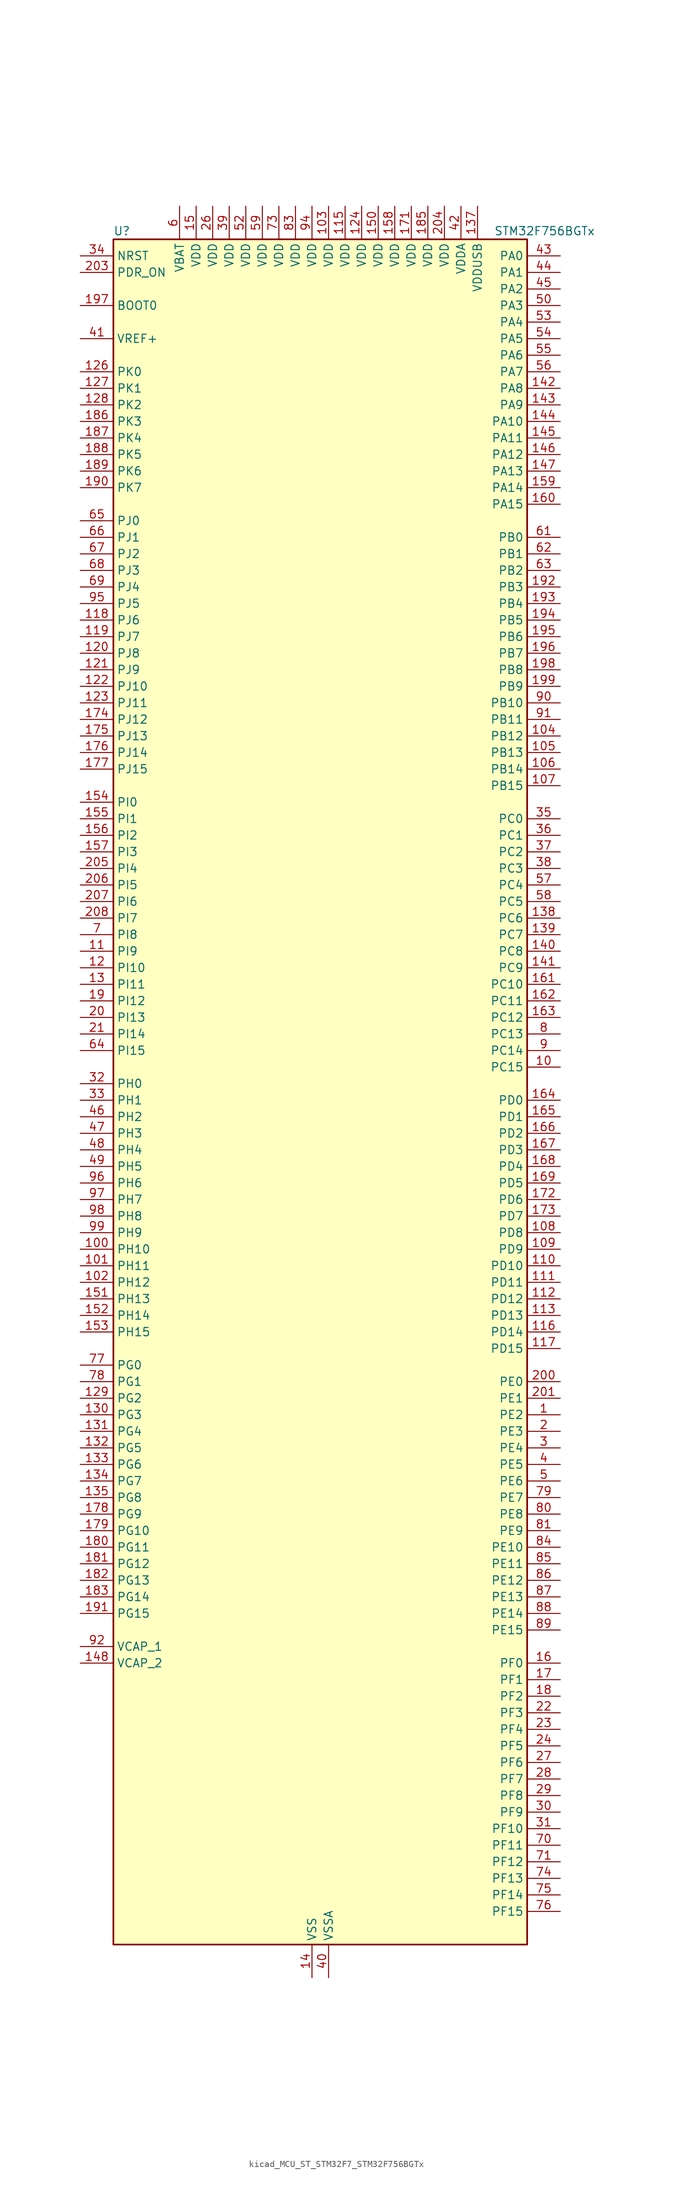
<source format=kicad_sym>
(kicad_symbol_lib
  (version 20220914)
  (generator kicad_symbol_editor)
  (symbol "kicad_MCU_ST_STM32F7_STM32F756BGTx"
    (property "Reference" "U"
      (at -30.48 133.35 0)
      (effects (font (size 1.27 1.27)) (justify left)))
    (property "Value" "STM32F756BGTx"
      (at 27.94 133.35 0)
      (effects (font (size 1.27 1.27)) (justify left)))
    (property "ki_locked" ""
      (at 0 0 0)
      (effects (font (size 1.27 1.27))))
    (symbol "kicad_MCU_ST_STM32F7_STM32F756BGTx_0_1"
      (rectangle (start -30.48 -129.54) (end 33.02 132.08) (stroke (width 0.254) (type default)) (fill (type background))))
    (symbol "kicad_MCU_ST_STM32F7_STM32F756BGTx_1_1"
      (pin bidirectional line (at 38.1 -48.26 180) (length 5.08) (name "PE2" (effects (font (size 1.27 1.27)))) (number "1" (effects (font (size 1.27 1.27)))) (alternate "ETH_TXD3" bidirectional line) (alternate "FMC_A23" bidirectional line) (alternate "QUADSPI_BK1_IO2" bidirectional line) (alternate "SAI1_MCLK_A" bidirectional line) (alternate "SPI4_SCK" bidirectional line) (alternate "SYS_TRACECLK" bidirectional line))
      (pin bidirectional line (at 38.1 5.08 180) (length 5.08) (name "PC15" (effects (font (size 1.27 1.27)))) (number "10" (effects (font (size 1.27 1.27)))) (alternate "RCC_OSC32_OUT" bidirectional line))
      (pin bidirectional line (at -35.56 -22.86 0) (length 5.08) (name "PH10" (effects (font (size 1.27 1.27)))) (number "100" (effects (font (size 1.27 1.27)))) (alternate "DCMI_D1" bidirectional line) (alternate "FMC_D18" bidirectional line) (alternate "I2C4_SMBA" bidirectional line) (alternate "LTDC_R4" bidirectional line) (alternate "TIM5_CH1" bidirectional line))
      (pin bidirectional line (at -35.56 -25.4 0) (length 5.08) (name "PH11" (effects (font (size 1.27 1.27)))) (number "101" (effects (font (size 1.27 1.27)))) (alternate "ADC1_EXTI11" bidirectional line) (alternate "ADC2_EXTI11" bidirectional line) (alternate "ADC3_EXTI11" bidirectional line) (alternate "DCMI_D2" bidirectional line) (alternate "FMC_D19" bidirectional line) (alternate "I2C4_SCL" bidirectional line) (alternate "LTDC_R5" bidirectional line) (alternate "TIM5_CH2" bidirectional line))
      (pin bidirectional line (at -35.56 -27.94 0) (length 5.08) (name "PH12" (effects (font (size 1.27 1.27)))) (number "102" (effects (font (size 1.27 1.27)))) (alternate "DCMI_D3" bidirectional line) (alternate "FMC_D20" bidirectional line) (alternate "I2C4_SDA" bidirectional line) (alternate "LTDC_R6" bidirectional line) (alternate "TIM5_CH3" bidirectional line))
      (pin power_in line (at 2.54 137.16 270) (length 5.08) (name "VDD" (effects (font (size 1.27 1.27)))) (number "103" (effects (font (size 1.27 1.27)))))
      (pin bidirectional line (at 38.1 55.88 180) (length 5.08) (name "PB12" (effects (font (size 1.27 1.27)))) (number "104" (effects (font (size 1.27 1.27)))) (alternate "CAN2_RX" bidirectional line) (alternate "ETH_TXD0" bidirectional line) (alternate "I2C2_SMBA" bidirectional line) (alternate "I2S2_WS" bidirectional line) (alternate "SPI2_NSS" bidirectional line) (alternate "TIM1_BKIN" bidirectional line) (alternate "USART3_CK" bidirectional line) (alternate "USB_OTG_HS_ID" bidirectional line) (alternate "USB_OTG_HS_ULPI_D5" bidirectional line))
      (pin bidirectional line (at 38.1 53.34 180) (length 5.08) (name "PB13" (effects (font (size 1.27 1.27)))) (number "105" (effects (font (size 1.27 1.27)))) (alternate "CAN2_TX" bidirectional line) (alternate "ETH_TXD1" bidirectional line) (alternate "I2S2_CK" bidirectional line) (alternate "SPI2_SCK" bidirectional line) (alternate "TIM1_CH1N" bidirectional line) (alternate "USART3_CTS" bidirectional line) (alternate "USB_OTG_HS_ULPI_D6" bidirectional line) (alternate "USB_OTG_HS_VBUS" bidirectional line))
      (pin bidirectional line (at 38.1 50.8 180) (length 5.08) (name "PB14" (effects (font (size 1.27 1.27)))) (number "106" (effects (font (size 1.27 1.27)))) (alternate "SPI2_MISO" bidirectional line) (alternate "TIM12_CH1" bidirectional line) (alternate "TIM1_CH2N" bidirectional line) (alternate "TIM8_CH2N" bidirectional line) (alternate "USART3_DE" bidirectional line) (alternate "USART3_RTS" bidirectional line) (alternate "USB_OTG_HS_DM" bidirectional line))
      (pin bidirectional line (at 38.1 48.26 180) (length 5.08) (name "PB15" (effects (font (size 1.27 1.27)))) (number "107" (effects (font (size 1.27 1.27)))) (alternate "I2S2_SD" bidirectional line) (alternate "RTC_REFIN" bidirectional line) (alternate "SPI2_MOSI" bidirectional line) (alternate "TIM12_CH2" bidirectional line) (alternate "TIM1_CH3N" bidirectional line) (alternate "TIM8_CH3N" bidirectional line) (alternate "USB_OTG_HS_DP" bidirectional line))
      (pin bidirectional line (at 38.1 -20.32 180) (length 5.08) (name "PD8" (effects (font (size 1.27 1.27)))) (number "108" (effects (font (size 1.27 1.27)))) (alternate "FMC_D13" bidirectional line) (alternate "FMC_DA13" bidirectional line) (alternate "SPDIFRX_IN1" bidirectional line) (alternate "USART3_TX" bidirectional line))
      (pin bidirectional line (at 38.1 -22.86 180) (length 5.08) (name "PD9" (effects (font (size 1.27 1.27)))) (number "109" (effects (font (size 1.27 1.27)))) (alternate "DAC_EXTI9" bidirectional line) (alternate "FMC_D14" bidirectional line) (alternate "FMC_DA14" bidirectional line) (alternate "USART3_RX" bidirectional line))
      (pin bidirectional line (at -35.56 22.86 0) (length 5.08) (name "PI9" (effects (font (size 1.27 1.27)))) (number "11" (effects (font (size 1.27 1.27)))) (alternate "CAN1_RX" bidirectional line) (alternate "DAC_EXTI9" bidirectional line) (alternate "FMC_D30" bidirectional line) (alternate "LTDC_VSYNC" bidirectional line))
      (pin bidirectional line (at 38.1 -25.4 180) (length 5.08) (name "PD10" (effects (font (size 1.27 1.27)))) (number "110" (effects (font (size 1.27 1.27)))) (alternate "FMC_D15" bidirectional line) (alternate "FMC_DA15" bidirectional line) (alternate "LTDC_B3" bidirectional line) (alternate "USART3_CK" bidirectional line))
      (pin bidirectional line (at 38.1 -27.94 180) (length 5.08) (name "PD11" (effects (font (size 1.27 1.27)))) (number "111" (effects (font (size 1.27 1.27)))) (alternate "ADC1_EXTI11" bidirectional line) (alternate "ADC2_EXTI11" bidirectional line) (alternate "ADC3_EXTI11" bidirectional line) (alternate "FMC_A16" bidirectional line) (alternate "FMC_CLE" bidirectional line) (alternate "I2C4_SMBA" bidirectional line) (alternate "QUADSPI_BK1_IO0" bidirectional line) (alternate "SAI2_SD_A" bidirectional line) (alternate "USART3_CTS" bidirectional line))
      (pin bidirectional line (at 38.1 -30.48 180) (length 5.08) (name "PD12" (effects (font (size 1.27 1.27)))) (number "112" (effects (font (size 1.27 1.27)))) (alternate "FMC_A17" bidirectional line) (alternate "FMC_ALE" bidirectional line) (alternate "I2C4_SCL" bidirectional line) (alternate "LPTIM1_IN1" bidirectional line) (alternate "QUADSPI_BK1_IO1" bidirectional line) (alternate "SAI2_FS_A" bidirectional line) (alternate "TIM4_CH1" bidirectional line) (alternate "USART3_DE" bidirectional line) (alternate "USART3_RTS" bidirectional line))
      (pin bidirectional line (at 38.1 -33.02 180) (length 5.08) (name "PD13" (effects (font (size 1.27 1.27)))) (number "113" (effects (font (size 1.27 1.27)))) (alternate "FMC_A18" bidirectional line) (alternate "I2C4_SDA" bidirectional line) (alternate "LPTIM1_OUT" bidirectional line) (alternate "QUADSPI_BK1_IO3" bidirectional line) (alternate "SAI2_SCK_A" bidirectional line) (alternate "TIM4_CH2" bidirectional line))
      (pin passive line (at 0 -134.62 90) (length 5.08) hide (name "VSS" (effects (font (size 1.27 1.27)))) (number "114" (effects (font (size 1.27 1.27)))))
      (pin power_in line (at 5.08 137.16 270) (length 5.08) (name "VDD" (effects (font (size 1.27 1.27)))) (number "115" (effects (font (size 1.27 1.27)))))
      (pin bidirectional line (at 38.1 -35.56 180) (length 5.08) (name "PD14" (effects (font (size 1.27 1.27)))) (number "116" (effects (font (size 1.27 1.27)))) (alternate "FMC_D0" bidirectional line) (alternate "FMC_DA0" bidirectional line) (alternate "TIM4_CH3" bidirectional line) (alternate "UART8_CTS" bidirectional line))
      (pin bidirectional line (at 38.1 -38.1 180) (length 5.08) (name "PD15" (effects (font (size 1.27 1.27)))) (number "117" (effects (font (size 1.27 1.27)))) (alternate "FMC_D1" bidirectional line) (alternate "FMC_DA1" bidirectional line) (alternate "TIM4_CH4" bidirectional line) (alternate "UART8_DE" bidirectional line) (alternate "UART8_RTS" bidirectional line))
      (pin bidirectional line (at -35.56 73.66 0) (length 5.08) (name "PJ6" (effects (font (size 1.27 1.27)))) (number "118" (effects (font (size 1.27 1.27)))) (alternate "LTDC_R7" bidirectional line))
      (pin bidirectional line (at -35.56 71.12 0) (length 5.08) (name "PJ7" (effects (font (size 1.27 1.27)))) (number "119" (effects (font (size 1.27 1.27)))) (alternate "LTDC_G0" bidirectional line))
      (pin bidirectional line (at -35.56 20.32 0) (length 5.08) (name "PI10" (effects (font (size 1.27 1.27)))) (number "12" (effects (font (size 1.27 1.27)))) (alternate "ETH_RX_ER" bidirectional line) (alternate "FMC_D31" bidirectional line) (alternate "LTDC_HSYNC" bidirectional line))
      (pin bidirectional line (at -35.56 68.58 0) (length 5.08) (name "PJ8" (effects (font (size 1.27 1.27)))) (number "120" (effects (font (size 1.27 1.27)))) (alternate "LTDC_G1" bidirectional line))
      (pin bidirectional line (at -35.56 66.04 0) (length 5.08) (name "PJ9" (effects (font (size 1.27 1.27)))) (number "121" (effects (font (size 1.27 1.27)))) (alternate "DAC_EXTI9" bidirectional line) (alternate "LTDC_G2" bidirectional line))
      (pin bidirectional line (at -35.56 63.5 0) (length 5.08) (name "PJ10" (effects (font (size 1.27 1.27)))) (number "122" (effects (font (size 1.27 1.27)))) (alternate "LTDC_G3" bidirectional line))
      (pin bidirectional line (at -35.56 60.96 0) (length 5.08) (name "PJ11" (effects (font (size 1.27 1.27)))) (number "123" (effects (font (size 1.27 1.27)))) (alternate "ADC1_EXTI11" bidirectional line) (alternate "ADC2_EXTI11" bidirectional line) (alternate "ADC3_EXTI11" bidirectional line) (alternate "LTDC_G4" bidirectional line))
      (pin power_in line (at 7.62 137.16 270) (length 5.08) (name "VDD" (effects (font (size 1.27 1.27)))) (number "124" (effects (font (size 1.27 1.27)))))
      (pin passive line (at 0 -134.62 90) (length 5.08) hide (name "VSS" (effects (font (size 1.27 1.27)))) (number "125" (effects (font (size 1.27 1.27)))))
      (pin bidirectional line (at -35.56 111.76 0) (length 5.08) (name "PK0" (effects (font (size 1.27 1.27)))) (number "126" (effects (font (size 1.27 1.27)))) (alternate "LTDC_G5" bidirectional line))
      (pin bidirectional line (at -35.56 109.22 0) (length 5.08) (name "PK1" (effects (font (size 1.27 1.27)))) (number "127" (effects (font (size 1.27 1.27)))) (alternate "LTDC_G6" bidirectional line))
      (pin bidirectional line (at -35.56 106.68 0) (length 5.08) (name "PK2" (effects (font (size 1.27 1.27)))) (number "128" (effects (font (size 1.27 1.27)))) (alternate "LTDC_G7" bidirectional line))
      (pin bidirectional line (at -35.56 -45.72 0) (length 5.08) (name "PG2" (effects (font (size 1.27 1.27)))) (number "129" (effects (font (size 1.27 1.27)))) (alternate "FMC_A12" bidirectional line))
      (pin bidirectional line (at -35.56 17.78 0) (length 5.08) (name "PI11" (effects (font (size 1.27 1.27)))) (number "13" (effects (font (size 1.27 1.27)))) (alternate "ADC1_EXTI11" bidirectional line) (alternate "ADC2_EXTI11" bidirectional line) (alternate "ADC3_EXTI11" bidirectional line) (alternate "SYS_WKUP6" bidirectional line) (alternate "USB_OTG_HS_ULPI_DIR" bidirectional line))
      (pin bidirectional line (at -35.56 -48.26 0) (length 5.08) (name "PG3" (effects (font (size 1.27 1.27)))) (number "130" (effects (font (size 1.27 1.27)))) (alternate "FMC_A13" bidirectional line))
      (pin bidirectional line (at -35.56 -50.8 0) (length 5.08) (name "PG4" (effects (font (size 1.27 1.27)))) (number "131" (effects (font (size 1.27 1.27)))) (alternate "FMC_A14" bidirectional line) (alternate "FMC_BA0" bidirectional line))
      (pin bidirectional line (at -35.56 -53.34 0) (length 5.08) (name "PG5" (effects (font (size 1.27 1.27)))) (number "132" (effects (font (size 1.27 1.27)))) (alternate "FMC_A15" bidirectional line) (alternate "FMC_BA1" bidirectional line))
      (pin bidirectional line (at -35.56 -55.88 0) (length 5.08) (name "PG6" (effects (font (size 1.27 1.27)))) (number "133" (effects (font (size 1.27 1.27)))) (alternate "DCMI_D12" bidirectional line) (alternate "LTDC_R7" bidirectional line))
      (pin bidirectional line (at -35.56 -58.42 0) (length 5.08) (name "PG7" (effects (font (size 1.27 1.27)))) (number "134" (effects (font (size 1.27 1.27)))) (alternate "DCMI_D13" bidirectional line) (alternate "FMC_INT" bidirectional line) (alternate "LTDC_CLK" bidirectional line) (alternate "USART6_CK" bidirectional line))
      (pin bidirectional line (at -35.56 -60.96 0) (length 5.08) (name "PG8" (effects (font (size 1.27 1.27)))) (number "135" (effects (font (size 1.27 1.27)))) (alternate "ETH_PPS_OUT" bidirectional line) (alternate "FMC_SDCLK" bidirectional line) (alternate "SPDIFRX_IN2" bidirectional line) (alternate "SPI6_NSS" bidirectional line) (alternate "USART6_DE" bidirectional line) (alternate "USART6_RTS" bidirectional line))
      (pin passive line (at 0 -134.62 90) (length 5.08) hide (name "VSS" (effects (font (size 1.27 1.27)))) (number "136" (effects (font (size 1.27 1.27)))))
      (pin power_in line (at 25.4 137.16 270) (length 5.08) (name "VDDUSB" (effects (font (size 1.27 1.27)))) (number "137" (effects (font (size 1.27 1.27)))))
      (pin bidirectional line (at 38.1 27.94 180) (length 5.08) (name "PC6" (effects (font (size 1.27 1.27)))) (number "138" (effects (font (size 1.27 1.27)))) (alternate "DCMI_D0" bidirectional line) (alternate "I2S2_MCK" bidirectional line) (alternate "LTDC_HSYNC" bidirectional line) (alternate "SDMMC1_D6" bidirectional line) (alternate "TIM3_CH1" bidirectional line) (alternate "TIM8_CH1" bidirectional line) (alternate "USART6_TX" bidirectional line))
      (pin bidirectional line (at 38.1 25.4 180) (length 5.08) (name "PC7" (effects (font (size 1.27 1.27)))) (number "139" (effects (font (size 1.27 1.27)))) (alternate "DCMI_D1" bidirectional line) (alternate "I2S3_MCK" bidirectional line) (alternate "LTDC_G6" bidirectional line) (alternate "SDMMC1_D7" bidirectional line) (alternate "TIM3_CH2" bidirectional line) (alternate "TIM8_CH2" bidirectional line) (alternate "USART6_RX" bidirectional line))
      (pin power_in line (at 0 -134.62 90) (length 5.08) (name "VSS" (effects (font (size 1.27 1.27)))) (number "14" (effects (font (size 1.27 1.27)))))
      (pin bidirectional line (at 38.1 22.86 180) (length 5.08) (name "PC8" (effects (font (size 1.27 1.27)))) (number "140" (effects (font (size 1.27 1.27)))) (alternate "DCMI_D2" bidirectional line) (alternate "SDMMC1_D0" bidirectional line) (alternate "SYS_TRACED1" bidirectional line) (alternate "TIM3_CH3" bidirectional line) (alternate "TIM8_CH3" bidirectional line) (alternate "UART5_DE" bidirectional line) (alternate "UART5_RTS" bidirectional line) (alternate "USART6_CK" bidirectional line))
      (pin bidirectional line (at 38.1 20.32 180) (length 5.08) (name "PC9" (effects (font (size 1.27 1.27)))) (number "141" (effects (font (size 1.27 1.27)))) (alternate "DAC_EXTI9" bidirectional line) (alternate "DCMI_D3" bidirectional line) (alternate "I2C3_SDA" bidirectional line) (alternate "I2S_CKIN" bidirectional line) (alternate "QUADSPI_BK1_IO0" bidirectional line) (alternate "RCC_MCO_2" bidirectional line) (alternate "SDMMC1_D1" bidirectional line) (alternate "TIM3_CH4" bidirectional line) (alternate "TIM8_CH4" bidirectional line) (alternate "UART5_CTS" bidirectional line))
      (pin bidirectional line (at 38.1 109.22 180) (length 5.08) (name "PA8" (effects (font (size 1.27 1.27)))) (number "142" (effects (font (size 1.27 1.27)))) (alternate "I2C3_SCL" bidirectional line) (alternate "LTDC_R6" bidirectional line) (alternate "RCC_MCO_1" bidirectional line) (alternate "TIM1_CH1" bidirectional line) (alternate "TIM8_BKIN2" bidirectional line) (alternate "USART1_CK" bidirectional line) (alternate "USB_OTG_FS_SOF" bidirectional line))
      (pin bidirectional line (at 38.1 106.68 180) (length 5.08) (name "PA9" (effects (font (size 1.27 1.27)))) (number "143" (effects (font (size 1.27 1.27)))) (alternate "DAC_EXTI9" bidirectional line) (alternate "DCMI_D0" bidirectional line) (alternate "I2C3_SMBA" bidirectional line) (alternate "I2S2_CK" bidirectional line) (alternate "SPI2_SCK" bidirectional line) (alternate "TIM1_CH2" bidirectional line) (alternate "USART1_TX" bidirectional line) (alternate "USB_OTG_FS_VBUS" bidirectional line))
      (pin bidirectional line (at 38.1 104.14 180) (length 5.08) (name "PA10" (effects (font (size 1.27 1.27)))) (number "144" (effects (font (size 1.27 1.27)))) (alternate "DCMI_D1" bidirectional line) (alternate "TIM1_CH3" bidirectional line) (alternate "USART1_RX" bidirectional line) (alternate "USB_OTG_FS_ID" bidirectional line))
      (pin bidirectional line (at 38.1 101.6 180) (length 5.08) (name "PA11" (effects (font (size 1.27 1.27)))) (number "145" (effects (font (size 1.27 1.27)))) (alternate "ADC1_EXTI11" bidirectional line) (alternate "ADC2_EXTI11" bidirectional line) (alternate "ADC3_EXTI11" bidirectional line) (alternate "CAN1_RX" bidirectional line) (alternate "LTDC_R4" bidirectional line) (alternate "TIM1_CH4" bidirectional line) (alternate "USART1_CTS" bidirectional line) (alternate "USB_OTG_FS_DM" bidirectional line))
      (pin bidirectional line (at 38.1 99.06 180) (length 5.08) (name "PA12" (effects (font (size 1.27 1.27)))) (number "146" (effects (font (size 1.27 1.27)))) (alternate "CAN1_TX" bidirectional line) (alternate "LTDC_R5" bidirectional line) (alternate "SAI2_FS_B" bidirectional line) (alternate "TIM1_ETR" bidirectional line) (alternate "USART1_DE" bidirectional line) (alternate "USART1_RTS" bidirectional line) (alternate "USB_OTG_FS_DP" bidirectional line))
      (pin bidirectional line (at 38.1 96.52 180) (length 5.08) (name "PA13" (effects (font (size 1.27 1.27)))) (number "147" (effects (font (size 1.27 1.27)))) (alternate "SYS_JTMS-SWDIO" bidirectional line))
      (pin power_out line (at -35.56 -86.36 0) (length 5.08) (name "VCAP_2" (effects (font (size 1.27 1.27)))) (number "148" (effects (font (size 1.27 1.27)))))
      (pin passive line (at 0 -134.62 90) (length 5.08) hide (name "VSS" (effects (font (size 1.27 1.27)))) (number "149" (effects (font (size 1.27 1.27)))))
      (pin power_in line (at -17.78 137.16 270) (length 5.08) (name "VDD" (effects (font (size 1.27 1.27)))) (number "15" (effects (font (size 1.27 1.27)))))
      (pin power_in line (at 10.16 137.16 270) (length 5.08) (name "VDD" (effects (font (size 1.27 1.27)))) (number "150" (effects (font (size 1.27 1.27)))))
      (pin bidirectional line (at -35.56 -30.48 0) (length 5.08) (name "PH13" (effects (font (size 1.27 1.27)))) (number "151" (effects (font (size 1.27 1.27)))) (alternate "CAN1_TX" bidirectional line) (alternate "FMC_D21" bidirectional line) (alternate "LTDC_G2" bidirectional line) (alternate "TIM8_CH1N" bidirectional line))
      (pin bidirectional line (at -35.56 -33.02 0) (length 5.08) (name "PH14" (effects (font (size 1.27 1.27)))) (number "152" (effects (font (size 1.27 1.27)))) (alternate "DCMI_D4" bidirectional line) (alternate "FMC_D22" bidirectional line) (alternate "LTDC_G3" bidirectional line) (alternate "TIM8_CH2N" bidirectional line))
      (pin bidirectional line (at -35.56 -35.56 0) (length 5.08) (name "PH15" (effects (font (size 1.27 1.27)))) (number "153" (effects (font (size 1.27 1.27)))) (alternate "DCMI_D11" bidirectional line) (alternate "FMC_D23" bidirectional line) (alternate "LTDC_G4" bidirectional line) (alternate "TIM8_CH3N" bidirectional line))
      (pin bidirectional line (at -35.56 45.72 0) (length 5.08) (name "PI0" (effects (font (size 1.27 1.27)))) (number "154" (effects (font (size 1.27 1.27)))) (alternate "DCMI_D13" bidirectional line) (alternate "FMC_D24" bidirectional line) (alternate "I2S2_WS" bidirectional line) (alternate "LTDC_G5" bidirectional line) (alternate "SPI2_NSS" bidirectional line) (alternate "TIM5_CH4" bidirectional line))
      (pin bidirectional line (at -35.56 43.18 0) (length 5.08) (name "PI1" (effects (font (size 1.27 1.27)))) (number "155" (effects (font (size 1.27 1.27)))) (alternate "DCMI_D8" bidirectional line) (alternate "FMC_D25" bidirectional line) (alternate "I2S2_CK" bidirectional line) (alternate "LTDC_G6" bidirectional line) (alternate "SPI2_SCK" bidirectional line) (alternate "TIM8_BKIN2" bidirectional line))
      (pin bidirectional line (at -35.56 40.64 0) (length 5.08) (name "PI2" (effects (font (size 1.27 1.27)))) (number "156" (effects (font (size 1.27 1.27)))) (alternate "DCMI_D9" bidirectional line) (alternate "FMC_D26" bidirectional line) (alternate "LTDC_G7" bidirectional line) (alternate "SPI2_MISO" bidirectional line) (alternate "TIM8_CH4" bidirectional line))
      (pin bidirectional line (at -35.56 38.1 0) (length 5.08) (name "PI3" (effects (font (size 1.27 1.27)))) (number "157" (effects (font (size 1.27 1.27)))) (alternate "DCMI_D10" bidirectional line) (alternate "FMC_D27" bidirectional line) (alternate "I2S2_SD" bidirectional line) (alternate "SPI2_MOSI" bidirectional line) (alternate "TIM8_ETR" bidirectional line))
      (pin power_in line (at 12.7 137.16 270) (length 5.08) (name "VDD" (effects (font (size 1.27 1.27)))) (number "158" (effects (font (size 1.27 1.27)))))
      (pin bidirectional line (at 38.1 93.98 180) (length 5.08) (name "PA14" (effects (font (size 1.27 1.27)))) (number "159" (effects (font (size 1.27 1.27)))) (alternate "SYS_JTCK-SWCLK" bidirectional line))
      (pin bidirectional line (at 38.1 -86.36 180) (length 5.08) (name "PF0" (effects (font (size 1.27 1.27)))) (number "16" (effects (font (size 1.27 1.27)))) (alternate "FMC_A0" bidirectional line) (alternate "I2C2_SDA" bidirectional line))
      (pin bidirectional line (at 38.1 91.44 180) (length 5.08) (name "PA15" (effects (font (size 1.27 1.27)))) (number "160" (effects (font (size 1.27 1.27)))) (alternate "CEC" bidirectional line) (alternate "I2S1_WS" bidirectional line) (alternate "I2S3_WS" bidirectional line) (alternate "SPI1_NSS" bidirectional line) (alternate "SPI3_NSS" bidirectional line) (alternate "SYS_JTDI" bidirectional line) (alternate "TIM2_CH1" bidirectional line) (alternate "TIM2_ETR" bidirectional line) (alternate "UART4_DE" bidirectional line) (alternate "UART4_RTS" bidirectional line))
      (pin bidirectional line (at 38.1 17.78 180) (length 5.08) (name "PC10" (effects (font (size 1.27 1.27)))) (number "161" (effects (font (size 1.27 1.27)))) (alternate "DCMI_D8" bidirectional line) (alternate "I2S3_CK" bidirectional line) (alternate "LTDC_R2" bidirectional line) (alternate "QUADSPI_BK1_IO1" bidirectional line) (alternate "SDMMC1_D2" bidirectional line) (alternate "SPI3_SCK" bidirectional line) (alternate "UART4_TX" bidirectional line) (alternate "USART3_TX" bidirectional line))
      (pin bidirectional line (at 38.1 15.24 180) (length 5.08) (name "PC11" (effects (font (size 1.27 1.27)))) (number "162" (effects (font (size 1.27 1.27)))) (alternate "ADC1_EXTI11" bidirectional line) (alternate "ADC2_EXTI11" bidirectional line) (alternate "ADC3_EXTI11" bidirectional line) (alternate "DCMI_D4" bidirectional line) (alternate "QUADSPI_BK2_NCS" bidirectional line) (alternate "SDMMC1_D3" bidirectional line) (alternate "SPI3_MISO" bidirectional line) (alternate "UART4_RX" bidirectional line) (alternate "USART3_RX" bidirectional line))
      (pin bidirectional line (at 38.1 12.7 180) (length 5.08) (name "PC12" (effects (font (size 1.27 1.27)))) (number "163" (effects (font (size 1.27 1.27)))) (alternate "DCMI_D9" bidirectional line) (alternate "I2S3_SD" bidirectional line) (alternate "SDMMC1_CK" bidirectional line) (alternate "SPI3_MOSI" bidirectional line) (alternate "SYS_TRACED3" bidirectional line) (alternate "UART5_TX" bidirectional line) (alternate "USART3_CK" bidirectional line))
      (pin bidirectional line (at 38.1 0 180) (length 5.08) (name "PD0" (effects (font (size 1.27 1.27)))) (number "164" (effects (font (size 1.27 1.27)))) (alternate "CAN1_RX" bidirectional line) (alternate "FMC_D2" bidirectional line) (alternate "FMC_DA2" bidirectional line))
      (pin bidirectional line (at 38.1 -2.54 180) (length 5.08) (name "PD1" (effects (font (size 1.27 1.27)))) (number "165" (effects (font (size 1.27 1.27)))) (alternate "CAN1_TX" bidirectional line) (alternate "FMC_D3" bidirectional line) (alternate "FMC_DA3" bidirectional line))
      (pin bidirectional line (at 38.1 -5.08 180) (length 5.08) (name "PD2" (effects (font (size 1.27 1.27)))) (number "166" (effects (font (size 1.27 1.27)))) (alternate "DCMI_D11" bidirectional line) (alternate "SDMMC1_CMD" bidirectional line) (alternate "SYS_TRACED2" bidirectional line) (alternate "TIM3_ETR" bidirectional line) (alternate "UART5_RX" bidirectional line))
      (pin bidirectional line (at 38.1 -7.62 180) (length 5.08) (name "PD3" (effects (font (size 1.27 1.27)))) (number "167" (effects (font (size 1.27 1.27)))) (alternate "DCMI_D5" bidirectional line) (alternate "FMC_CLK" bidirectional line) (alternate "I2S2_CK" bidirectional line) (alternate "LTDC_G7" bidirectional line) (alternate "SPI2_SCK" bidirectional line) (alternate "USART2_CTS" bidirectional line))
      (pin bidirectional line (at 38.1 -10.16 180) (length 5.08) (name "PD4" (effects (font (size 1.27 1.27)))) (number "168" (effects (font (size 1.27 1.27)))) (alternate "FMC_NOE" bidirectional line) (alternate "USART2_DE" bidirectional line) (alternate "USART2_RTS" bidirectional line))
      (pin bidirectional line (at 38.1 -12.7 180) (length 5.08) (name "PD5" (effects (font (size 1.27 1.27)))) (number "169" (effects (font (size 1.27 1.27)))) (alternate "FMC_NWE" bidirectional line) (alternate "USART2_TX" bidirectional line))
      (pin bidirectional line (at 38.1 -88.9 180) (length 5.08) (name "PF1" (effects (font (size 1.27 1.27)))) (number "17" (effects (font (size 1.27 1.27)))) (alternate "FMC_A1" bidirectional line) (alternate "I2C2_SCL" bidirectional line))
      (pin passive line (at 0 -134.62 90) (length 5.08) hide (name "VSS" (effects (font (size 1.27 1.27)))) (number "170" (effects (font (size 1.27 1.27)))))
      (pin power_in line (at 15.24 137.16 270) (length 5.08) (name "VDD" (effects (font (size 1.27 1.27)))) (number "171" (effects (font (size 1.27 1.27)))))
      (pin bidirectional line (at 38.1 -15.24 180) (length 5.08) (name "PD6" (effects (font (size 1.27 1.27)))) (number "172" (effects (font (size 1.27 1.27)))) (alternate "DCMI_D10" bidirectional line) (alternate "FMC_NWAIT" bidirectional line) (alternate "I2S3_SD" bidirectional line) (alternate "LTDC_B2" bidirectional line) (alternate "SAI1_SD_A" bidirectional line) (alternate "SPI3_MOSI" bidirectional line) (alternate "USART2_RX" bidirectional line))
      (pin bidirectional line (at 38.1 -17.78 180) (length 5.08) (name "PD7" (effects (font (size 1.27 1.27)))) (number "173" (effects (font (size 1.27 1.27)))) (alternate "FMC_NE1" bidirectional line) (alternate "SPDIFRX_IN0" bidirectional line) (alternate "USART2_CK" bidirectional line))
      (pin bidirectional line (at -35.56 58.42 0) (length 5.08) (name "PJ12" (effects (font (size 1.27 1.27)))) (number "174" (effects (font (size 1.27 1.27)))) (alternate "LTDC_B0" bidirectional line))
      (pin bidirectional line (at -35.56 55.88 0) (length 5.08) (name "PJ13" (effects (font (size 1.27 1.27)))) (number "175" (effects (font (size 1.27 1.27)))) (alternate "LTDC_B1" bidirectional line))
      (pin bidirectional line (at -35.56 53.34 0) (length 5.08) (name "PJ14" (effects (font (size 1.27 1.27)))) (number "176" (effects (font (size 1.27 1.27)))) (alternate "LTDC_B2" bidirectional line))
      (pin bidirectional line (at -35.56 50.8 0) (length 5.08) (name "PJ15" (effects (font (size 1.27 1.27)))) (number "177" (effects (font (size 1.27 1.27)))) (alternate "LTDC_B3" bidirectional line))
      (pin bidirectional line (at -35.56 -63.5 0) (length 5.08) (name "PG9" (effects (font (size 1.27 1.27)))) (number "178" (effects (font (size 1.27 1.27)))) (alternate "DAC_EXTI9" bidirectional line) (alternate "DCMI_VSYNC" bidirectional line) (alternate "FMC_NCE" bidirectional line) (alternate "FMC_NE2" bidirectional line) (alternate "QUADSPI_BK2_IO2" bidirectional line) (alternate "SAI2_FS_B" bidirectional line) (alternate "SPDIFRX_IN3" bidirectional line) (alternate "USART6_RX" bidirectional line))
      (pin bidirectional line (at -35.56 -66.04 0) (length 5.08) (name "PG10" (effects (font (size 1.27 1.27)))) (number "179" (effects (font (size 1.27 1.27)))) (alternate "DCMI_D2" bidirectional line) (alternate "FMC_NE3" bidirectional line) (alternate "LTDC_B2" bidirectional line) (alternate "LTDC_G3" bidirectional line) (alternate "SAI2_SD_B" bidirectional line))
      (pin bidirectional line (at 38.1 -91.44 180) (length 5.08) (name "PF2" (effects (font (size 1.27 1.27)))) (number "18" (effects (font (size 1.27 1.27)))) (alternate "FMC_A2" bidirectional line) (alternate "I2C2_SMBA" bidirectional line))
      (pin bidirectional line (at -35.56 -68.58 0) (length 5.08) (name "PG11" (effects (font (size 1.27 1.27)))) (number "180" (effects (font (size 1.27 1.27)))) (alternate "ADC1_EXTI11" bidirectional line) (alternate "ADC2_EXTI11" bidirectional line) (alternate "ADC3_EXTI11" bidirectional line) (alternate "DCMI_D3" bidirectional line) (alternate "ETH_TX_EN" bidirectional line) (alternate "LTDC_B3" bidirectional line) (alternate "SPDIFRX_IN0" bidirectional line))
      (pin bidirectional line (at -35.56 -71.12 0) (length 5.08) (name "PG12" (effects (font (size 1.27 1.27)))) (number "181" (effects (font (size 1.27 1.27)))) (alternate "FMC_NE4" bidirectional line) (alternate "LPTIM1_IN1" bidirectional line) (alternate "LTDC_B1" bidirectional line) (alternate "LTDC_B4" bidirectional line) (alternate "SPDIFRX_IN1" bidirectional line) (alternate "SPI6_MISO" bidirectional line) (alternate "USART6_DE" bidirectional line) (alternate "USART6_RTS" bidirectional line))
      (pin bidirectional line (at -35.56 -73.66 0) (length 5.08) (name "PG13" (effects (font (size 1.27 1.27)))) (number "182" (effects (font (size 1.27 1.27)))) (alternate "ETH_TXD0" bidirectional line) (alternate "FMC_A24" bidirectional line) (alternate "LPTIM1_OUT" bidirectional line) (alternate "LTDC_R0" bidirectional line) (alternate "SPI6_SCK" bidirectional line) (alternate "SYS_TRACED0" bidirectional line) (alternate "USART6_CTS" bidirectional line))
      (pin bidirectional line (at -35.56 -76.2 0) (length 5.08) (name "PG14" (effects (font (size 1.27 1.27)))) (number "183" (effects (font (size 1.27 1.27)))) (alternate "ETH_TXD1" bidirectional line) (alternate "FMC_A25" bidirectional line) (alternate "LPTIM1_ETR" bidirectional line) (alternate "LTDC_B0" bidirectional line) (alternate "QUADSPI_BK2_IO3" bidirectional line) (alternate "SPI6_MOSI" bidirectional line) (alternate "SYS_TRACED1" bidirectional line) (alternate "USART6_TX" bidirectional line))
      (pin passive line (at 0 -134.62 90) (length 5.08) hide (name "VSS" (effects (font (size 1.27 1.27)))) (number "184" (effects (font (size 1.27 1.27)))))
      (pin power_in line (at 17.78 137.16 270) (length 5.08) (name "VDD" (effects (font (size 1.27 1.27)))) (number "185" (effects (font (size 1.27 1.27)))))
      (pin bidirectional line (at -35.56 104.14 0) (length 5.08) (name "PK3" (effects (font (size 1.27 1.27)))) (number "186" (effects (font (size 1.27 1.27)))) (alternate "LTDC_B4" bidirectional line))
      (pin bidirectional line (at -35.56 101.6 0) (length 5.08) (name "PK4" (effects (font (size 1.27 1.27)))) (number "187" (effects (font (size 1.27 1.27)))) (alternate "LTDC_B5" bidirectional line))
      (pin bidirectional line (at -35.56 99.06 0) (length 5.08) (name "PK5" (effects (font (size 1.27 1.27)))) (number "188" (effects (font (size 1.27 1.27)))) (alternate "LTDC_B6" bidirectional line))
      (pin bidirectional line (at -35.56 96.52 0) (length 5.08) (name "PK6" (effects (font (size 1.27 1.27)))) (number "189" (effects (font (size 1.27 1.27)))) (alternate "LTDC_B7" bidirectional line))
      (pin bidirectional line (at -35.56 15.24 0) (length 5.08) (name "PI12" (effects (font (size 1.27 1.27)))) (number "19" (effects (font (size 1.27 1.27)))) (alternate "LTDC_HSYNC" bidirectional line))
      (pin bidirectional line (at -35.56 93.98 0) (length 5.08) (name "PK7" (effects (font (size 1.27 1.27)))) (number "190" (effects (font (size 1.27 1.27)))) (alternate "LTDC_DE" bidirectional line))
      (pin bidirectional line (at -35.56 -78.74 0) (length 5.08) (name "PG15" (effects (font (size 1.27 1.27)))) (number "191" (effects (font (size 1.27 1.27)))) (alternate "DCMI_D13" bidirectional line) (alternate "FMC_SDNCAS" bidirectional line) (alternate "USART6_CTS" bidirectional line))
      (pin bidirectional line (at 38.1 78.74 180) (length 5.08) (name "PB3" (effects (font (size 1.27 1.27)))) (number "192" (effects (font (size 1.27 1.27)))) (alternate "I2S1_CK" bidirectional line) (alternate "I2S3_CK" bidirectional line) (alternate "SPI1_SCK" bidirectional line) (alternate "SPI3_SCK" bidirectional line) (alternate "SYS_JTDO-SWO" bidirectional line) (alternate "TIM2_CH2" bidirectional line))
      (pin bidirectional line (at 38.1 76.2 180) (length 5.08) (name "PB4" (effects (font (size 1.27 1.27)))) (number "193" (effects (font (size 1.27 1.27)))) (alternate "I2S2_WS" bidirectional line) (alternate "SPI1_MISO" bidirectional line) (alternate "SPI2_NSS" bidirectional line) (alternate "SPI3_MISO" bidirectional line) (alternate "SYS_JTRST" bidirectional line) (alternate "TIM3_CH1" bidirectional line))
      (pin bidirectional line (at 38.1 73.66 180) (length 5.08) (name "PB5" (effects (font (size 1.27 1.27)))) (number "194" (effects (font (size 1.27 1.27)))) (alternate "CAN2_RX" bidirectional line) (alternate "DCMI_D10" bidirectional line) (alternate "ETH_PPS_OUT" bidirectional line) (alternate "FMC_SDCKE1" bidirectional line) (alternate "I2C1_SMBA" bidirectional line) (alternate "I2S1_SD" bidirectional line) (alternate "I2S3_SD" bidirectional line) (alternate "SPI1_MOSI" bidirectional line) (alternate "SPI3_MOSI" bidirectional line) (alternate "TIM3_CH2" bidirectional line) (alternate "USB_OTG_HS_ULPI_D7" bidirectional line))
      (pin bidirectional line (at 38.1 71.12 180) (length 5.08) (name "PB6" (effects (font (size 1.27 1.27)))) (number "195" (effects (font (size 1.27 1.27)))) (alternate "CAN2_TX" bidirectional line) (alternate "CEC" bidirectional line) (alternate "DCMI_D5" bidirectional line) (alternate "FMC_SDNE1" bidirectional line) (alternate "I2C1_SCL" bidirectional line) (alternate "QUADSPI_BK1_NCS" bidirectional line) (alternate "TIM4_CH1" bidirectional line) (alternate "USART1_TX" bidirectional line))
      (pin bidirectional line (at 38.1 68.58 180) (length 5.08) (name "PB7" (effects (font (size 1.27 1.27)))) (number "196" (effects (font (size 1.27 1.27)))) (alternate "DCMI_VSYNC" bidirectional line) (alternate "FMC_NL" bidirectional line) (alternate "I2C1_SDA" bidirectional line) (alternate "TIM4_CH2" bidirectional line) (alternate "USART1_RX" bidirectional line))
      (pin input line (at -35.56 121.92 0) (length 5.08) (name "BOOT0" (effects (font (size 1.27 1.27)))) (number "197" (effects (font (size 1.27 1.27)))))
      (pin bidirectional line (at 38.1 66.04 180) (length 5.08) (name "PB8" (effects (font (size 1.27 1.27)))) (number "198" (effects (font (size 1.27 1.27)))) (alternate "CAN1_RX" bidirectional line) (alternate "DCMI_D6" bidirectional line) (alternate "ETH_TXD3" bidirectional line) (alternate "I2C1_SCL" bidirectional line) (alternate "LTDC_B6" bidirectional line) (alternate "SDMMC1_D4" bidirectional line) (alternate "TIM10_CH1" bidirectional line) (alternate "TIM4_CH3" bidirectional line))
      (pin bidirectional line (at 38.1 63.5 180) (length 5.08) (name "PB9" (effects (font (size 1.27 1.27)))) (number "199" (effects (font (size 1.27 1.27)))) (alternate "CAN1_TX" bidirectional line) (alternate "DAC_EXTI9" bidirectional line) (alternate "DCMI_D7" bidirectional line) (alternate "I2C1_SDA" bidirectional line) (alternate "I2S2_WS" bidirectional line) (alternate "LTDC_B7" bidirectional line) (alternate "SDMMC1_D5" bidirectional line) (alternate "SPI2_NSS" bidirectional line) (alternate "TIM11_CH1" bidirectional line) (alternate "TIM4_CH4" bidirectional line))
      (pin bidirectional line (at 38.1 -50.8 180) (length 5.08) (name "PE3" (effects (font (size 1.27 1.27)))) (number "2" (effects (font (size 1.27 1.27)))) (alternate "FMC_A19" bidirectional line) (alternate "SAI1_SD_B" bidirectional line) (alternate "SYS_TRACED0" bidirectional line))
      (pin bidirectional line (at -35.56 12.7 0) (length 5.08) (name "PI13" (effects (font (size 1.27 1.27)))) (number "20" (effects (font (size 1.27 1.27)))) (alternate "LTDC_VSYNC" bidirectional line))
      (pin bidirectional line (at 38.1 -43.18 180) (length 5.08) (name "PE0" (effects (font (size 1.27 1.27)))) (number "200" (effects (font (size 1.27 1.27)))) (alternate "DCMI_D2" bidirectional line) (alternate "FMC_NBL0" bidirectional line) (alternate "LPTIM1_ETR" bidirectional line) (alternate "SAI2_MCLK_A" bidirectional line) (alternate "TIM4_ETR" bidirectional line) (alternate "UART8_RX" bidirectional line))
      (pin bidirectional line (at 38.1 -45.72 180) (length 5.08) (name "PE1" (effects (font (size 1.27 1.27)))) (number "201" (effects (font (size 1.27 1.27)))) (alternate "DCMI_D3" bidirectional line) (alternate "FMC_NBL1" bidirectional line) (alternate "LPTIM1_IN2" bidirectional line) (alternate "UART8_TX" bidirectional line))
      (pin passive line (at 0 -134.62 90) (length 5.08) hide (name "VSS" (effects (font (size 1.27 1.27)))) (number "202" (effects (font (size 1.27 1.27)))))
      (pin input line (at -35.56 127 0) (length 5.08) (name "PDR_ON" (effects (font (size 1.27 1.27)))) (number "203" (effects (font (size 1.27 1.27)))))
      (pin power_in line (at 20.32 137.16 270) (length 5.08) (name "VDD" (effects (font (size 1.27 1.27)))) (number "204" (effects (font (size 1.27 1.27)))))
      (pin bidirectional line (at -35.56 35.56 0) (length 5.08) (name "PI4" (effects (font (size 1.27 1.27)))) (number "205" (effects (font (size 1.27 1.27)))) (alternate "DCMI_D5" bidirectional line) (alternate "FMC_NBL2" bidirectional line) (alternate "LTDC_B4" bidirectional line) (alternate "SAI2_MCLK_A" bidirectional line) (alternate "TIM8_BKIN" bidirectional line))
      (pin bidirectional line (at -35.56 33.02 0) (length 5.08) (name "PI5" (effects (font (size 1.27 1.27)))) (number "206" (effects (font (size 1.27 1.27)))) (alternate "DCMI_VSYNC" bidirectional line) (alternate "FMC_NBL3" bidirectional line) (alternate "LTDC_B5" bidirectional line) (alternate "SAI2_SCK_A" bidirectional line) (alternate "TIM8_CH1" bidirectional line))
      (pin bidirectional line (at -35.56 30.48 0) (length 5.08) (name "PI6" (effects (font (size 1.27 1.27)))) (number "207" (effects (font (size 1.27 1.27)))) (alternate "DCMI_D6" bidirectional line) (alternate "FMC_D28" bidirectional line) (alternate "LTDC_B6" bidirectional line) (alternate "SAI2_SD_A" bidirectional line) (alternate "TIM8_CH2" bidirectional line))
      (pin bidirectional line (at -35.56 27.94 0) (length 5.08) (name "PI7" (effects (font (size 1.27 1.27)))) (number "208" (effects (font (size 1.27 1.27)))) (alternate "DCMI_D7" bidirectional line) (alternate "FMC_D29" bidirectional line) (alternate "LTDC_B7" bidirectional line) (alternate "SAI2_FS_A" bidirectional line) (alternate "TIM8_CH3" bidirectional line))
      (pin bidirectional line (at -35.56 10.16 0) (length 5.08) (name "PI14" (effects (font (size 1.27 1.27)))) (number "21" (effects (font (size 1.27 1.27)))) (alternate "LTDC_CLK" bidirectional line))
      (pin bidirectional line (at 38.1 -93.98 180) (length 5.08) (name "PF3" (effects (font (size 1.27 1.27)))) (number "22" (effects (font (size 1.27 1.27)))) (alternate "ADC3_IN9" bidirectional line) (alternate "FMC_A3" bidirectional line))
      (pin bidirectional line (at 38.1 -96.52 180) (length 5.08) (name "PF4" (effects (font (size 1.27 1.27)))) (number "23" (effects (font (size 1.27 1.27)))) (alternate "ADC3_IN14" bidirectional line) (alternate "FMC_A4" bidirectional line))
      (pin bidirectional line (at 38.1 -99.06 180) (length 5.08) (name "PF5" (effects (font (size 1.27 1.27)))) (number "24" (effects (font (size 1.27 1.27)))) (alternate "ADC3_IN15" bidirectional line) (alternate "FMC_A5" bidirectional line))
      (pin passive line (at 0 -134.62 90) (length 5.08) hide (name "VSS" (effects (font (size 1.27 1.27)))) (number "25" (effects (font (size 1.27 1.27)))))
      (pin power_in line (at -15.24 137.16 270) (length 5.08) (name "VDD" (effects (font (size 1.27 1.27)))) (number "26" (effects (font (size 1.27 1.27)))))
      (pin bidirectional line (at 38.1 -101.6 180) (length 5.08) (name "PF6" (effects (font (size 1.27 1.27)))) (number "27" (effects (font (size 1.27 1.27)))) (alternate "ADC3_IN4" bidirectional line) (alternate "QUADSPI_BK1_IO3" bidirectional line) (alternate "SAI1_SD_B" bidirectional line) (alternate "SPI5_NSS" bidirectional line) (alternate "TIM10_CH1" bidirectional line) (alternate "UART7_RX" bidirectional line))
      (pin bidirectional line (at 38.1 -104.14 180) (length 5.08) (name "PF7" (effects (font (size 1.27 1.27)))) (number "28" (effects (font (size 1.27 1.27)))) (alternate "ADC3_IN5" bidirectional line) (alternate "QUADSPI_BK1_IO2" bidirectional line) (alternate "SAI1_MCLK_B" bidirectional line) (alternate "SPI5_SCK" bidirectional line) (alternate "TIM11_CH1" bidirectional line) (alternate "UART7_TX" bidirectional line))
      (pin bidirectional line (at 38.1 -106.68 180) (length 5.08) (name "PF8" (effects (font (size 1.27 1.27)))) (number "29" (effects (font (size 1.27 1.27)))) (alternate "ADC3_IN6" bidirectional line) (alternate "QUADSPI_BK1_IO0" bidirectional line) (alternate "SAI1_SCK_B" bidirectional line) (alternate "SPI5_MISO" bidirectional line) (alternate "TIM13_CH1" bidirectional line) (alternate "UART7_DE" bidirectional line) (alternate "UART7_RTS" bidirectional line))
      (pin bidirectional line (at 38.1 -53.34 180) (length 5.08) (name "PE4" (effects (font (size 1.27 1.27)))) (number "3" (effects (font (size 1.27 1.27)))) (alternate "DCMI_D4" bidirectional line) (alternate "FMC_A20" bidirectional line) (alternate "LTDC_B0" bidirectional line) (alternate "SAI1_FS_A" bidirectional line) (alternate "SPI4_NSS" bidirectional line) (alternate "SYS_TRACED1" bidirectional line))
      (pin bidirectional line (at 38.1 -109.22 180) (length 5.08) (name "PF9" (effects (font (size 1.27 1.27)))) (number "30" (effects (font (size 1.27 1.27)))) (alternate "ADC3_IN7" bidirectional line) (alternate "DAC_EXTI9" bidirectional line) (alternate "QUADSPI_BK1_IO1" bidirectional line) (alternate "SAI1_FS_B" bidirectional line) (alternate "SPI5_MOSI" bidirectional line) (alternate "TIM14_CH1" bidirectional line) (alternate "UART7_CTS" bidirectional line))
      (pin bidirectional line (at 38.1 -111.76 180) (length 5.08) (name "PF10" (effects (font (size 1.27 1.27)))) (number "31" (effects (font (size 1.27 1.27)))) (alternate "ADC3_IN8" bidirectional line) (alternate "DCMI_D11" bidirectional line) (alternate "LTDC_DE" bidirectional line))
      (pin bidirectional line (at -35.56 2.54 0) (length 5.08) (name "PH0" (effects (font (size 1.27 1.27)))) (number "32" (effects (font (size 1.27 1.27)))) (alternate "RCC_OSC_IN" bidirectional line))
      (pin bidirectional line (at -35.56 0 0) (length 5.08) (name "PH1" (effects (font (size 1.27 1.27)))) (number "33" (effects (font (size 1.27 1.27)))) (alternate "RCC_OSC_OUT" bidirectional line))
      (pin input line (at -35.56 129.54 0) (length 5.08) (name "NRST" (effects (font (size 1.27 1.27)))) (number "34" (effects (font (size 1.27 1.27)))))
      (pin bidirectional line (at 38.1 43.18 180) (length 5.08) (name "PC0" (effects (font (size 1.27 1.27)))) (number "35" (effects (font (size 1.27 1.27)))) (alternate "ADC1_IN10" bidirectional line) (alternate "ADC2_IN10" bidirectional line) (alternate "ADC3_IN10" bidirectional line) (alternate "FMC_SDNWE" bidirectional line) (alternate "LTDC_R5" bidirectional line) (alternate "SAI2_FS_B" bidirectional line) (alternate "USB_OTG_HS_ULPI_STP" bidirectional line))
      (pin bidirectional line (at 38.1 40.64 180) (length 5.08) (name "PC1" (effects (font (size 1.27 1.27)))) (number "36" (effects (font (size 1.27 1.27)))) (alternate "ADC1_IN11" bidirectional line) (alternate "ADC2_IN11" bidirectional line) (alternate "ADC3_IN11" bidirectional line) (alternate "ETH_MDC" bidirectional line) (alternate "I2S2_SD" bidirectional line) (alternate "RTC_TAMP3" bidirectional line) (alternate "RTC_TS" bidirectional line) (alternate "SAI1_SD_A" bidirectional line) (alternate "SPI2_MOSI" bidirectional line) (alternate "SYS_TRACED0" bidirectional line) (alternate "SYS_WKUP3" bidirectional line))
      (pin bidirectional line (at 38.1 38.1 180) (length 5.08) (name "PC2" (effects (font (size 1.27 1.27)))) (number "37" (effects (font (size 1.27 1.27)))) (alternate "ADC1_IN12" bidirectional line) (alternate "ADC2_IN12" bidirectional line) (alternate "ADC3_IN12" bidirectional line) (alternate "ETH_TXD2" bidirectional line) (alternate "FMC_SDNE0" bidirectional line) (alternate "SPI2_MISO" bidirectional line) (alternate "USB_OTG_HS_ULPI_DIR" bidirectional line))
      (pin bidirectional line (at 38.1 35.56 180) (length 5.08) (name "PC3" (effects (font (size 1.27 1.27)))) (number "38" (effects (font (size 1.27 1.27)))) (alternate "ADC1_IN13" bidirectional line) (alternate "ADC2_IN13" bidirectional line) (alternate "ADC3_IN13" bidirectional line) (alternate "ETH_TX_CLK" bidirectional line) (alternate "FMC_SDCKE0" bidirectional line) (alternate "I2S2_SD" bidirectional line) (alternate "SPI2_MOSI" bidirectional line) (alternate "USB_OTG_HS_ULPI_NXT" bidirectional line))
      (pin power_in line (at -12.7 137.16 270) (length 5.08) (name "VDD" (effects (font (size 1.27 1.27)))) (number "39" (effects (font (size 1.27 1.27)))))
      (pin bidirectional line (at 38.1 -55.88 180) (length 5.08) (name "PE5" (effects (font (size 1.27 1.27)))) (number "4" (effects (font (size 1.27 1.27)))) (alternate "DCMI_D6" bidirectional line) (alternate "FMC_A21" bidirectional line) (alternate "LTDC_G0" bidirectional line) (alternate "SAI1_SCK_A" bidirectional line) (alternate "SPI4_MISO" bidirectional line) (alternate "SYS_TRACED2" bidirectional line) (alternate "TIM9_CH1" bidirectional line))
      (pin power_in line (at 2.54 -134.62 90) (length 5.08) (name "VSSA" (effects (font (size 1.27 1.27)))) (number "40" (effects (font (size 1.27 1.27)))))
      (pin input line (at -35.56 116.84 0) (length 5.08) (name "VREF+" (effects (font (size 1.27 1.27)))) (number "41" (effects (font (size 1.27 1.27)))))
      (pin power_in line (at 22.86 137.16 270) (length 5.08) (name "VDDA" (effects (font (size 1.27 1.27)))) (number "42" (effects (font (size 1.27 1.27)))))
      (pin bidirectional line (at 38.1 129.54 180) (length 5.08) (name "PA0" (effects (font (size 1.27 1.27)))) (number "43" (effects (font (size 1.27 1.27)))) (alternate "ADC1_IN0" bidirectional line) (alternate "ADC2_IN0" bidirectional line) (alternate "ADC3_IN0" bidirectional line) (alternate "ETH_CRS" bidirectional line) (alternate "SAI2_SD_B" bidirectional line) (alternate "SYS_WKUP1" bidirectional line) (alternate "TIM2_CH1" bidirectional line) (alternate "TIM2_ETR" bidirectional line) (alternate "TIM5_CH1" bidirectional line) (alternate "TIM8_ETR" bidirectional line) (alternate "UART4_TX" bidirectional line) (alternate "USART2_CTS" bidirectional line))
      (pin bidirectional line (at 38.1 127 180) (length 5.08) (name "PA1" (effects (font (size 1.27 1.27)))) (number "44" (effects (font (size 1.27 1.27)))) (alternate "ADC1_IN1" bidirectional line) (alternate "ADC2_IN1" bidirectional line) (alternate "ADC3_IN1" bidirectional line) (alternate "ETH_REF_CLK" bidirectional line) (alternate "ETH_RX_CLK" bidirectional line) (alternate "LTDC_R2" bidirectional line) (alternate "QUADSPI_BK1_IO3" bidirectional line) (alternate "SAI2_MCLK_B" bidirectional line) (alternate "TIM2_CH2" bidirectional line) (alternate "TIM5_CH2" bidirectional line) (alternate "UART4_RX" bidirectional line) (alternate "USART2_DE" bidirectional line) (alternate "USART2_RTS" bidirectional line))
      (pin bidirectional line (at 38.1 124.46 180) (length 5.08) (name "PA2" (effects (font (size 1.27 1.27)))) (number "45" (effects (font (size 1.27 1.27)))) (alternate "ADC1_IN2" bidirectional line) (alternate "ADC2_IN2" bidirectional line) (alternate "ADC3_IN2" bidirectional line) (alternate "ETH_MDIO" bidirectional line) (alternate "LTDC_R1" bidirectional line) (alternate "SAI2_SCK_B" bidirectional line) (alternate "SYS_WKUP2" bidirectional line) (alternate "TIM2_CH3" bidirectional line) (alternate "TIM5_CH3" bidirectional line) (alternate "TIM9_CH1" bidirectional line) (alternate "USART2_TX" bidirectional line))
      (pin bidirectional line (at -35.56 -2.54 0) (length 5.08) (name "PH2" (effects (font (size 1.27 1.27)))) (number "46" (effects (font (size 1.27 1.27)))) (alternate "ETH_CRS" bidirectional line) (alternate "FMC_SDCKE0" bidirectional line) (alternate "LPTIM1_IN2" bidirectional line) (alternate "LTDC_R0" bidirectional line) (alternate "QUADSPI_BK2_IO0" bidirectional line) (alternate "SAI2_SCK_B" bidirectional line))
      (pin bidirectional line (at -35.56 -5.08 0) (length 5.08) (name "PH3" (effects (font (size 1.27 1.27)))) (number "47" (effects (font (size 1.27 1.27)))) (alternate "ETH_COL" bidirectional line) (alternate "FMC_SDNE0" bidirectional line) (alternate "LTDC_R1" bidirectional line) (alternate "QUADSPI_BK2_IO1" bidirectional line) (alternate "SAI2_MCLK_B" bidirectional line))
      (pin bidirectional line (at -35.56 -7.62 0) (length 5.08) (name "PH4" (effects (font (size 1.27 1.27)))) (number "48" (effects (font (size 1.27 1.27)))) (alternate "I2C2_SCL" bidirectional line) (alternate "USB_OTG_HS_ULPI_NXT" bidirectional line))
      (pin bidirectional line (at -35.56 -10.16 0) (length 5.08) (name "PH5" (effects (font (size 1.27 1.27)))) (number "49" (effects (font (size 1.27 1.27)))) (alternate "FMC_SDNWE" bidirectional line) (alternate "I2C2_SDA" bidirectional line) (alternate "SPI5_NSS" bidirectional line))
      (pin bidirectional line (at 38.1 -58.42 180) (length 5.08) (name "PE6" (effects (font (size 1.27 1.27)))) (number "5" (effects (font (size 1.27 1.27)))) (alternate "DCMI_D7" bidirectional line) (alternate "FMC_A22" bidirectional line) (alternate "LTDC_G1" bidirectional line) (alternate "SAI1_SD_A" bidirectional line) (alternate "SAI2_MCLK_B" bidirectional line) (alternate "SPI4_MOSI" bidirectional line) (alternate "SYS_TRACED3" bidirectional line) (alternate "TIM1_BKIN2" bidirectional line) (alternate "TIM9_CH2" bidirectional line))
      (pin bidirectional line (at 38.1 121.92 180) (length 5.08) (name "PA3" (effects (font (size 1.27 1.27)))) (number "50" (effects (font (size 1.27 1.27)))) (alternate "ADC1_IN3" bidirectional line) (alternate "ADC2_IN3" bidirectional line) (alternate "ADC3_IN3" bidirectional line) (alternate "ETH_COL" bidirectional line) (alternate "LTDC_B5" bidirectional line) (alternate "TIM2_CH4" bidirectional line) (alternate "TIM5_CH4" bidirectional line) (alternate "TIM9_CH2" bidirectional line) (alternate "USART2_RX" bidirectional line) (alternate "USB_OTG_HS_ULPI_D0" bidirectional line))
      (pin passive line (at 0 -134.62 90) (length 5.08) hide (name "VSS" (effects (font (size 1.27 1.27)))) (number "51" (effects (font (size 1.27 1.27)))))
      (pin power_in line (at -10.16 137.16 270) (length 5.08) (name "VDD" (effects (font (size 1.27 1.27)))) (number "52" (effects (font (size 1.27 1.27)))))
      (pin bidirectional line (at 38.1 119.38 180) (length 5.08) (name "PA4" (effects (font (size 1.27 1.27)))) (number "53" (effects (font (size 1.27 1.27)))) (alternate "ADC1_IN4" bidirectional line) (alternate "ADC2_IN4" bidirectional line) (alternate "DAC_OUT1" bidirectional line) (alternate "DCMI_HSYNC" bidirectional line) (alternate "I2S1_WS" bidirectional line) (alternate "I2S3_WS" bidirectional line) (alternate "LTDC_VSYNC" bidirectional line) (alternate "SPI1_NSS" bidirectional line) (alternate "SPI3_NSS" bidirectional line) (alternate "USART2_CK" bidirectional line) (alternate "USB_OTG_HS_SOF" bidirectional line))
      (pin bidirectional line (at 38.1 116.84 180) (length 5.08) (name "PA5" (effects (font (size 1.27 1.27)))) (number "54" (effects (font (size 1.27 1.27)))) (alternate "ADC1_IN5" bidirectional line) (alternate "ADC2_IN5" bidirectional line) (alternate "DAC_OUT2" bidirectional line) (alternate "I2S1_CK" bidirectional line) (alternate "LTDC_R4" bidirectional line) (alternate "SPI1_SCK" bidirectional line) (alternate "TIM2_CH1" bidirectional line) (alternate "TIM2_ETR" bidirectional line) (alternate "TIM8_CH1N" bidirectional line) (alternate "USB_OTG_HS_ULPI_CK" bidirectional line))
      (pin bidirectional line (at 38.1 114.3 180) (length 5.08) (name "PA6" (effects (font (size 1.27 1.27)))) (number "55" (effects (font (size 1.27 1.27)))) (alternate "ADC1_IN6" bidirectional line) (alternate "ADC2_IN6" bidirectional line) (alternate "DCMI_PIXCLK" bidirectional line) (alternate "LTDC_G2" bidirectional line) (alternate "SPI1_MISO" bidirectional line) (alternate "TIM13_CH1" bidirectional line) (alternate "TIM1_BKIN" bidirectional line) (alternate "TIM3_CH1" bidirectional line) (alternate "TIM8_BKIN" bidirectional line))
      (pin bidirectional line (at 38.1 111.76 180) (length 5.08) (name "PA7" (effects (font (size 1.27 1.27)))) (number "56" (effects (font (size 1.27 1.27)))) (alternate "ADC1_IN7" bidirectional line) (alternate "ADC2_IN7" bidirectional line) (alternate "ETH_CRS_DV" bidirectional line) (alternate "ETH_RX_DV" bidirectional line) (alternate "FMC_SDNWE" bidirectional line) (alternate "I2S1_SD" bidirectional line) (alternate "SPI1_MOSI" bidirectional line) (alternate "TIM14_CH1" bidirectional line) (alternate "TIM1_CH1N" bidirectional line) (alternate "TIM3_CH2" bidirectional line) (alternate "TIM8_CH1N" bidirectional line))
      (pin bidirectional line (at 38.1 33.02 180) (length 5.08) (name "PC4" (effects (font (size 1.27 1.27)))) (number "57" (effects (font (size 1.27 1.27)))) (alternate "ADC1_IN14" bidirectional line) (alternate "ADC2_IN14" bidirectional line) (alternate "ETH_RXD0" bidirectional line) (alternate "FMC_SDNE0" bidirectional line) (alternate "I2S1_MCK" bidirectional line) (alternate "SPDIFRX_IN2" bidirectional line))
      (pin bidirectional line (at 38.1 30.48 180) (length 5.08) (name "PC5" (effects (font (size 1.27 1.27)))) (number "58" (effects (font (size 1.27 1.27)))) (alternate "ADC1_IN15" bidirectional line) (alternate "ADC2_IN15" bidirectional line) (alternate "ETH_RXD1" bidirectional line) (alternate "FMC_SDCKE0" bidirectional line) (alternate "SPDIFRX_IN3" bidirectional line))
      (pin power_in line (at -7.62 137.16 270) (length 5.08) (name "VDD" (effects (font (size 1.27 1.27)))) (number "59" (effects (font (size 1.27 1.27)))))
      (pin power_in line (at -20.32 137.16 270) (length 5.08) (name "VBAT" (effects (font (size 1.27 1.27)))) (number "6" (effects (font (size 1.27 1.27)))))
      (pin passive line (at 0 -134.62 90) (length 5.08) hide (name "VSS" (effects (font (size 1.27 1.27)))) (number "60" (effects (font (size 1.27 1.27)))))
      (pin bidirectional line (at 38.1 86.36 180) (length 5.08) (name "PB0" (effects (font (size 1.27 1.27)))) (number "61" (effects (font (size 1.27 1.27)))) (alternate "ADC1_IN8" bidirectional line) (alternate "ADC2_IN8" bidirectional line) (alternate "ETH_RXD2" bidirectional line) (alternate "LTDC_R3" bidirectional line) (alternate "TIM1_CH2N" bidirectional line) (alternate "TIM3_CH3" bidirectional line) (alternate "TIM8_CH2N" bidirectional line) (alternate "UART4_CTS" bidirectional line) (alternate "USB_OTG_HS_ULPI_D1" bidirectional line))
      (pin bidirectional line (at 38.1 83.82 180) (length 5.08) (name "PB1" (effects (font (size 1.27 1.27)))) (number "62" (effects (font (size 1.27 1.27)))) (alternate "ADC1_IN9" bidirectional line) (alternate "ADC2_IN9" bidirectional line) (alternate "ETH_RXD3" bidirectional line) (alternate "LTDC_R6" bidirectional line) (alternate "TIM1_CH3N" bidirectional line) (alternate "TIM3_CH4" bidirectional line) (alternate "TIM8_CH3N" bidirectional line) (alternate "USB_OTG_HS_ULPI_D2" bidirectional line))
      (pin bidirectional line (at 38.1 81.28 180) (length 5.08) (name "PB2" (effects (font (size 1.27 1.27)))) (number "63" (effects (font (size 1.27 1.27)))) (alternate "I2S3_SD" bidirectional line) (alternate "QUADSPI_CLK" bidirectional line) (alternate "SAI1_SD_A" bidirectional line) (alternate "SPI3_MOSI" bidirectional line))
      (pin bidirectional line (at -35.56 7.62 0) (length 5.08) (name "PI15" (effects (font (size 1.27 1.27)))) (number "64" (effects (font (size 1.27 1.27)))) (alternate "LTDC_R0" bidirectional line))
      (pin bidirectional line (at -35.56 88.9 0) (length 5.08) (name "PJ0" (effects (font (size 1.27 1.27)))) (number "65" (effects (font (size 1.27 1.27)))) (alternate "LTDC_R1" bidirectional line))
      (pin bidirectional line (at -35.56 86.36 0) (length 5.08) (name "PJ1" (effects (font (size 1.27 1.27)))) (number "66" (effects (font (size 1.27 1.27)))) (alternate "LTDC_R2" bidirectional line))
      (pin bidirectional line (at -35.56 83.82 0) (length 5.08) (name "PJ2" (effects (font (size 1.27 1.27)))) (number "67" (effects (font (size 1.27 1.27)))) (alternate "LTDC_R3" bidirectional line))
      (pin bidirectional line (at -35.56 81.28 0) (length 5.08) (name "PJ3" (effects (font (size 1.27 1.27)))) (number "68" (effects (font (size 1.27 1.27)))) (alternate "LTDC_R4" bidirectional line))
      (pin bidirectional line (at -35.56 78.74 0) (length 5.08) (name "PJ4" (effects (font (size 1.27 1.27)))) (number "69" (effects (font (size 1.27 1.27)))) (alternate "LTDC_R5" bidirectional line))
      (pin bidirectional line (at -35.56 25.4 0) (length 5.08) (name "PI8" (effects (font (size 1.27 1.27)))) (number "7" (effects (font (size 1.27 1.27)))) (alternate "RTC_TAMP2" bidirectional line) (alternate "RTC_TS" bidirectional line) (alternate "SYS_WKUP5" bidirectional line))
      (pin bidirectional line (at 38.1 -114.3 180) (length 5.08) (name "PF11" (effects (font (size 1.27 1.27)))) (number "70" (effects (font (size 1.27 1.27)))) (alternate "ADC1_EXTI11" bidirectional line) (alternate "ADC2_EXTI11" bidirectional line) (alternate "ADC3_EXTI11" bidirectional line) (alternate "DCMI_D12" bidirectional line) (alternate "FMC_SDNRAS" bidirectional line) (alternate "SAI2_SD_B" bidirectional line) (alternate "SPI5_MOSI" bidirectional line))
      (pin bidirectional line (at 38.1 -116.84 180) (length 5.08) (name "PF12" (effects (font (size 1.27 1.27)))) (number "71" (effects (font (size 1.27 1.27)))) (alternate "FMC_A6" bidirectional line))
      (pin passive line (at 0 -134.62 90) (length 5.08) hide (name "VSS" (effects (font (size 1.27 1.27)))) (number "72" (effects (font (size 1.27 1.27)))))
      (pin power_in line (at -5.08 137.16 270) (length 5.08) (name "VDD" (effects (font (size 1.27 1.27)))) (number "73" (effects (font (size 1.27 1.27)))))
      (pin bidirectional line (at 38.1 -119.38 180) (length 5.08) (name "PF13" (effects (font (size 1.27 1.27)))) (number "74" (effects (font (size 1.27 1.27)))) (alternate "FMC_A7" bidirectional line) (alternate "I2C4_SMBA" bidirectional line))
      (pin bidirectional line (at 38.1 -121.92 180) (length 5.08) (name "PF14" (effects (font (size 1.27 1.27)))) (number "75" (effects (font (size 1.27 1.27)))) (alternate "FMC_A8" bidirectional line) (alternate "I2C4_SCL" bidirectional line))
      (pin bidirectional line (at 38.1 -124.46 180) (length 5.08) (name "PF15" (effects (font (size 1.27 1.27)))) (number "76" (effects (font (size 1.27 1.27)))) (alternate "FMC_A9" bidirectional line) (alternate "I2C4_SDA" bidirectional line))
      (pin bidirectional line (at -35.56 -40.64 0) (length 5.08) (name "PG0" (effects (font (size 1.27 1.27)))) (number "77" (effects (font (size 1.27 1.27)))) (alternate "FMC_A10" bidirectional line))
      (pin bidirectional line (at -35.56 -43.18 0) (length 5.08) (name "PG1" (effects (font (size 1.27 1.27)))) (number "78" (effects (font (size 1.27 1.27)))) (alternate "FMC_A11" bidirectional line))
      (pin bidirectional line (at 38.1 -60.96 180) (length 5.08) (name "PE7" (effects (font (size 1.27 1.27)))) (number "79" (effects (font (size 1.27 1.27)))) (alternate "FMC_D4" bidirectional line) (alternate "FMC_DA4" bidirectional line) (alternate "QUADSPI_BK2_IO0" bidirectional line) (alternate "TIM1_ETR" bidirectional line) (alternate "UART7_RX" bidirectional line))
      (pin bidirectional line (at 38.1 10.16 180) (length 5.08) (name "PC13" (effects (font (size 1.27 1.27)))) (number "8" (effects (font (size 1.27 1.27)))) (alternate "RTC_OUT" bidirectional line) (alternate "RTC_TAMP1" bidirectional line) (alternate "RTC_TS" bidirectional line) (alternate "SYS_WKUP4" bidirectional line))
      (pin bidirectional line (at 38.1 -63.5 180) (length 5.08) (name "PE8" (effects (font (size 1.27 1.27)))) (number "80" (effects (font (size 1.27 1.27)))) (alternate "FMC_D5" bidirectional line) (alternate "FMC_DA5" bidirectional line) (alternate "QUADSPI_BK2_IO1" bidirectional line) (alternate "TIM1_CH1N" bidirectional line) (alternate "UART7_TX" bidirectional line))
      (pin bidirectional line (at 38.1 -66.04 180) (length 5.08) (name "PE9" (effects (font (size 1.27 1.27)))) (number "81" (effects (font (size 1.27 1.27)))) (alternate "DAC_EXTI9" bidirectional line) (alternate "FMC_D6" bidirectional line) (alternate "FMC_DA6" bidirectional line) (alternate "QUADSPI_BK2_IO2" bidirectional line) (alternate "TIM1_CH1" bidirectional line) (alternate "UART7_DE" bidirectional line) (alternate "UART7_RTS" bidirectional line))
      (pin passive line (at 0 -134.62 90) (length 5.08) hide (name "VSS" (effects (font (size 1.27 1.27)))) (number "82" (effects (font (size 1.27 1.27)))))
      (pin power_in line (at -2.54 137.16 270) (length 5.08) (name "VDD" (effects (font (size 1.27 1.27)))) (number "83" (effects (font (size 1.27 1.27)))))
      (pin bidirectional line (at 38.1 -68.58 180) (length 5.08) (name "PE10" (effects (font (size 1.27 1.27)))) (number "84" (effects (font (size 1.27 1.27)))) (alternate "FMC_D7" bidirectional line) (alternate "FMC_DA7" bidirectional line) (alternate "QUADSPI_BK2_IO3" bidirectional line) (alternate "TIM1_CH2N" bidirectional line) (alternate "UART7_CTS" bidirectional line))
      (pin bidirectional line (at 38.1 -71.12 180) (length 5.08) (name "PE11" (effects (font (size 1.27 1.27)))) (number "85" (effects (font (size 1.27 1.27)))) (alternate "ADC1_EXTI11" bidirectional line) (alternate "ADC2_EXTI11" bidirectional line) (alternate "ADC3_EXTI11" bidirectional line) (alternate "FMC_D8" bidirectional line) (alternate "FMC_DA8" bidirectional line) (alternate "LTDC_G3" bidirectional line) (alternate "SAI2_SD_B" bidirectional line) (alternate "SPI4_NSS" bidirectional line) (alternate "TIM1_CH2" bidirectional line))
      (pin bidirectional line (at 38.1 -73.66 180) (length 5.08) (name "PE12" (effects (font (size 1.27 1.27)))) (number "86" (effects (font (size 1.27 1.27)))) (alternate "FMC_D9" bidirectional line) (alternate "FMC_DA9" bidirectional line) (alternate "LTDC_B4" bidirectional line) (alternate "SAI2_SCK_B" bidirectional line) (alternate "SPI4_SCK" bidirectional line) (alternate "TIM1_CH3N" bidirectional line))
      (pin bidirectional line (at 38.1 -76.2 180) (length 5.08) (name "PE13" (effects (font (size 1.27 1.27)))) (number "87" (effects (font (size 1.27 1.27)))) (alternate "FMC_D10" bidirectional line) (alternate "FMC_DA10" bidirectional line) (alternate "LTDC_DE" bidirectional line) (alternate "SAI2_FS_B" bidirectional line) (alternate "SPI4_MISO" bidirectional line) (alternate "TIM1_CH3" bidirectional line))
      (pin bidirectional line (at 38.1 -78.74 180) (length 5.08) (name "PE14" (effects (font (size 1.27 1.27)))) (number "88" (effects (font (size 1.27 1.27)))) (alternate "FMC_D11" bidirectional line) (alternate "FMC_DA11" bidirectional line) (alternate "LTDC_CLK" bidirectional line) (alternate "SAI2_MCLK_B" bidirectional line) (alternate "SPI4_MOSI" bidirectional line) (alternate "TIM1_CH4" bidirectional line))
      (pin bidirectional line (at 38.1 -81.28 180) (length 5.08) (name "PE15" (effects (font (size 1.27 1.27)))) (number "89" (effects (font (size 1.27 1.27)))) (alternate "FMC_D12" bidirectional line) (alternate "FMC_DA12" bidirectional line) (alternate "LTDC_R7" bidirectional line) (alternate "TIM1_BKIN" bidirectional line))
      (pin bidirectional line (at 38.1 7.62 180) (length 5.08) (name "PC14" (effects (font (size 1.27 1.27)))) (number "9" (effects (font (size 1.27 1.27)))) (alternate "RCC_OSC32_IN" bidirectional line))
      (pin bidirectional line (at 38.1 60.96 180) (length 5.08) (name "PB10" (effects (font (size 1.27 1.27)))) (number "90" (effects (font (size 1.27 1.27)))) (alternate "ETH_RX_ER" bidirectional line) (alternate "I2C2_SCL" bidirectional line) (alternate "I2S2_CK" bidirectional line) (alternate "LTDC_G4" bidirectional line) (alternate "SPI2_SCK" bidirectional line) (alternate "TIM2_CH3" bidirectional line) (alternate "USART3_TX" bidirectional line) (alternate "USB_OTG_HS_ULPI_D3" bidirectional line))
      (pin bidirectional line (at 38.1 58.42 180) (length 5.08) (name "PB11" (effects (font (size 1.27 1.27)))) (number "91" (effects (font (size 1.27 1.27)))) (alternate "ADC1_EXTI11" bidirectional line) (alternate "ADC2_EXTI11" bidirectional line) (alternate "ADC3_EXTI11" bidirectional line) (alternate "ETH_TX_EN" bidirectional line) (alternate "I2C2_SDA" bidirectional line) (alternate "LTDC_G5" bidirectional line) (alternate "TIM2_CH4" bidirectional line) (alternate "USART3_RX" bidirectional line) (alternate "USB_OTG_HS_ULPI_D4" bidirectional line))
      (pin power_out line (at -35.56 -83.82 0) (length 5.08) (name "VCAP_1" (effects (font (size 1.27 1.27)))) (number "92" (effects (font (size 1.27 1.27)))))
      (pin passive line (at 0 -134.62 90) (length 5.08) hide (name "VSS" (effects (font (size 1.27 1.27)))) (number "93" (effects (font (size 1.27 1.27)))))
      (pin power_in line (at 0 137.16 270) (length 5.08) (name "VDD" (effects (font (size 1.27 1.27)))) (number "94" (effects (font (size 1.27 1.27)))))
      (pin bidirectional line (at -35.56 76.2 0) (length 5.08) (name "PJ5" (effects (font (size 1.27 1.27)))) (number "95" (effects (font (size 1.27 1.27)))) (alternate "LTDC_R6" bidirectional line))
      (pin bidirectional line (at -35.56 -12.7 0) (length 5.08) (name "PH6" (effects (font (size 1.27 1.27)))) (number "96" (effects (font (size 1.27 1.27)))) (alternate "DCMI_D8" bidirectional line) (alternate "ETH_RXD2" bidirectional line) (alternate "FMC_SDNE1" bidirectional line) (alternate "I2C2_SMBA" bidirectional line) (alternate "SPI5_SCK" bidirectional line) (alternate "TIM12_CH1" bidirectional line))
      (pin bidirectional line (at -35.56 -15.24 0) (length 5.08) (name "PH7" (effects (font (size 1.27 1.27)))) (number "97" (effects (font (size 1.27 1.27)))) (alternate "DCMI_D9" bidirectional line) (alternate "ETH_RXD3" bidirectional line) (alternate "FMC_SDCKE1" bidirectional line) (alternate "I2C3_SCL" bidirectional line) (alternate "SPI5_MISO" bidirectional line))
      (pin bidirectional line (at -35.56 -17.78 0) (length 5.08) (name "PH8" (effects (font (size 1.27 1.27)))) (number "98" (effects (font (size 1.27 1.27)))) (alternate "DCMI_HSYNC" bidirectional line) (alternate "FMC_D16" bidirectional line) (alternate "I2C3_SDA" bidirectional line) (alternate "LTDC_R2" bidirectional line))
      (pin bidirectional line (at -35.56 -20.32 0) (length 5.08) (name "PH9" (effects (font (size 1.27 1.27)))) (number "99" (effects (font (size 1.27 1.27)))) (alternate "DAC_EXTI9" bidirectional line) (alternate "DCMI_D0" bidirectional line) (alternate "FMC_D17" bidirectional line) (alternate "I2C3_SMBA" bidirectional line) (alternate "LTDC_R3" bidirectional line) (alternate "TIM12_CH2" bidirectional line)))))
</source>
